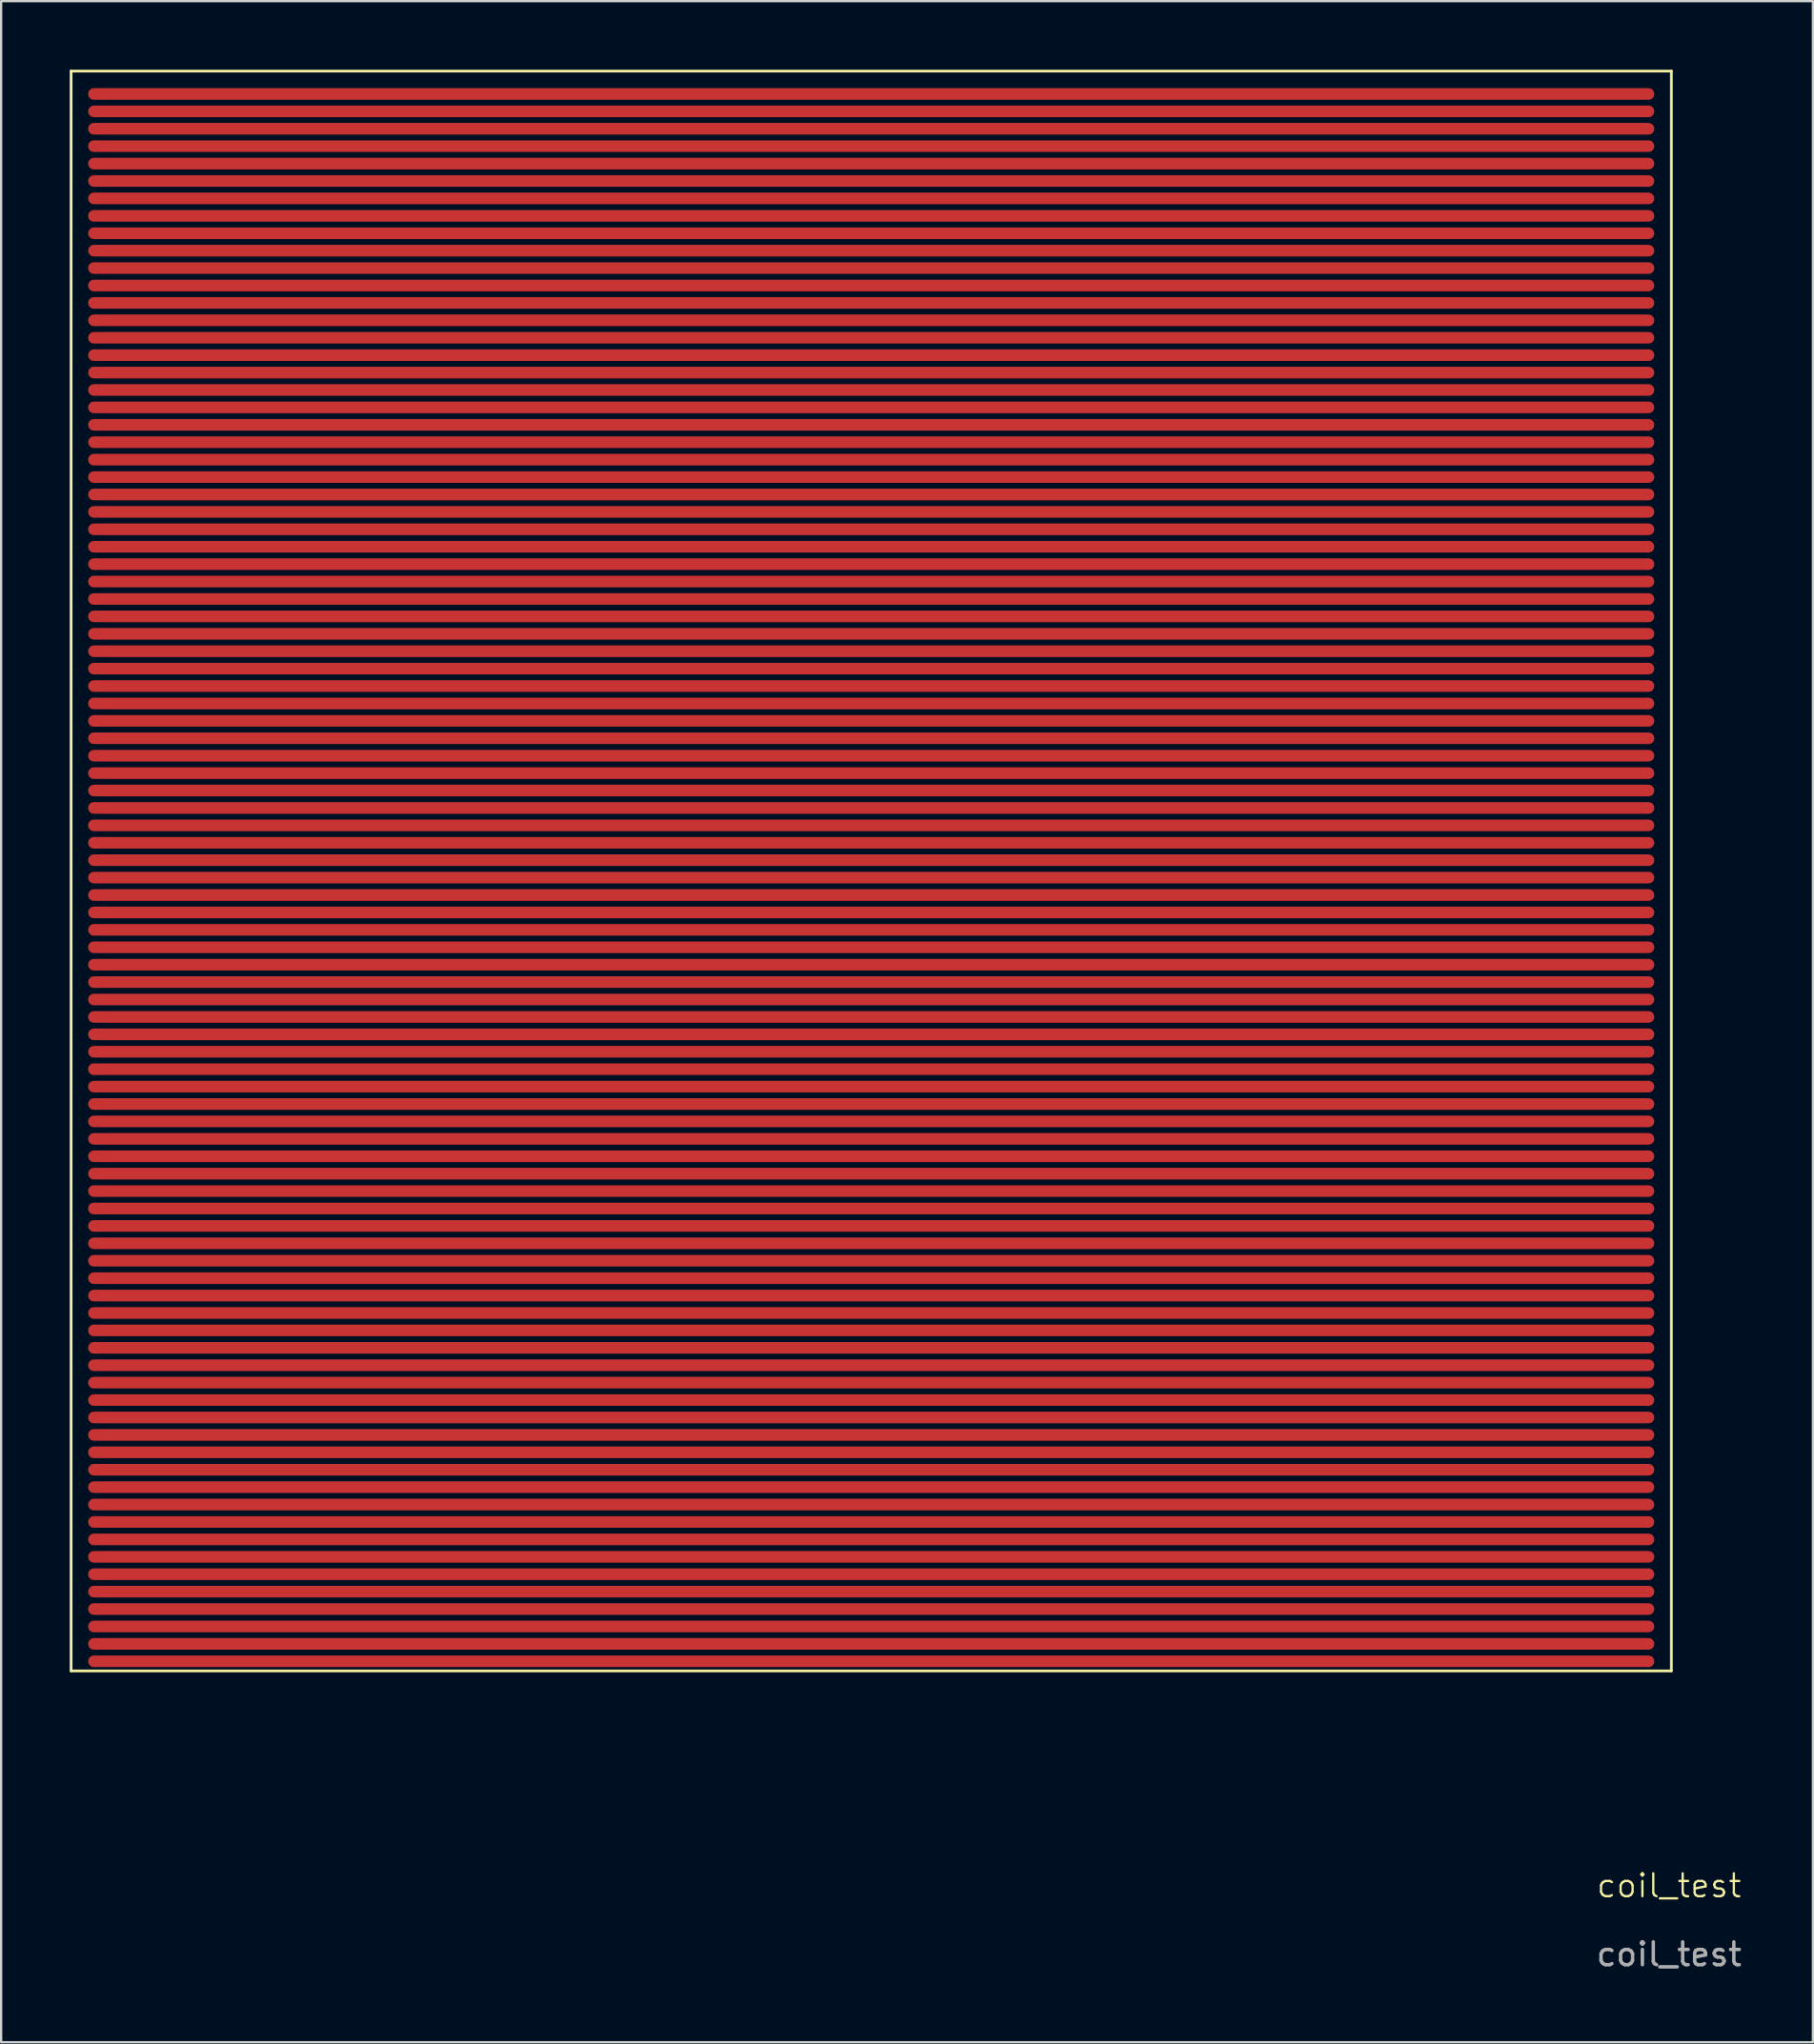
<source format=kicad_pcb>
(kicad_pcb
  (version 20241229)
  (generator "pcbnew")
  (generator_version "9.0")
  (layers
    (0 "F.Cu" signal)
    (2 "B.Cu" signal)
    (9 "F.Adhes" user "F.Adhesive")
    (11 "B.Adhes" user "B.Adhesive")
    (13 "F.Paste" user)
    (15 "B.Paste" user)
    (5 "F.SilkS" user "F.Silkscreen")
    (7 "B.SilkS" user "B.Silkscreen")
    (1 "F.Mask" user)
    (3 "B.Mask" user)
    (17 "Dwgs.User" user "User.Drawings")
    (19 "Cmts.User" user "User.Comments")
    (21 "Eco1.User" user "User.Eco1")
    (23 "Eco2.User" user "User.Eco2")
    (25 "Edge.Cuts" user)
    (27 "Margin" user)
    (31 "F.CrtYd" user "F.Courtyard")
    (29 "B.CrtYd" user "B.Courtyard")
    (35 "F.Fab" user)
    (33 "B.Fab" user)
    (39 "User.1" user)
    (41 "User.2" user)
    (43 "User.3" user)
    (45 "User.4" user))
  (footprint "coil_test"
    (layer "F.Cu")
    (at 69.96 79.96)
    (property "Reference" "coil_test" (at 0 -0.5 0) (unlocked yes) (layer "F.SilkS") (effects (font (size 1 1) (thickness 0.1))))
    (fp_line (start -68.9 -78.9) (end -0.9 -78.9) (stroke (width 0.508) (type solid)) (layer "F.Cu"))
    (fp_line (start -68.9 -78.138) (end -0.9 -78.138) (stroke (width 0.508) (type solid)) (layer "F.Cu"))
    (fp_line (start -68.9 -77.376) (end -0.9 -77.376) (stroke (width 0.508) (type solid)) (layer "F.Cu"))
    (fp_line (start -68.9 -76.614) (end -0.9 -76.614) (stroke (width 0.508) (type solid)) (layer "F.Cu"))
    (fp_line (start -68.9 -75.852) (end -0.9 -75.852) (stroke (width 0.508) (type solid)) (layer "F.Cu"))
    (fp_line (start -68.9 -75.09) (end -0.9 -75.09) (stroke (width 0.508) (type solid)) (layer "F.Cu"))
    (fp_line (start -68.9 -74.328) (end -0.9 -74.328) (stroke (width 0.508) (type solid)) (layer "F.Cu"))
    (fp_line (start -68.9 -73.566) (end -0.9 -73.566) (stroke (width 0.508) (type solid)) (layer "F.Cu"))
    (fp_line (start -68.9 -72.804) (end -0.9 -72.804) (stroke (width 0.508) (type solid)) (layer "F.Cu"))
    (fp_line (start -68.9 -72.042) (end -0.9 -72.042) (stroke (width 0.508) (type solid)) (layer "F.Cu"))
    (fp_line (start -68.9 -71.28) (end -0.9 -71.28) (stroke (width 0.508) (type solid)) (layer "F.Cu"))
    (fp_line (start -68.9 -70.518) (end -0.9 -70.518) (stroke (width 0.508) (type solid)) (layer "F.Cu"))
    (fp_line (start -68.9 -69.756) (end -0.9 -69.756) (stroke (width 0.508) (type solid)) (layer "F.Cu"))
    (fp_line (start -68.9 -68.994) (end -0.9 -68.994) (stroke (width 0.508) (type solid)) (layer "F.Cu"))
    (fp_line (start -68.9 -68.232) (end -0.9 -68.232) (stroke (width 0.508) (type solid)) (layer "F.Cu"))
    (fp_line (start -68.9 -67.47) (end -0.9 -67.47) (stroke (width 0.508) (type solid)) (layer "F.Cu"))
    (fp_line (start -68.9 -66.708) (end -0.9 -66.708) (stroke (width 0.508) (type solid)) (layer "F.Cu"))
    (fp_line (start -68.9 -65.946) (end -0.9 -65.946) (stroke (width 0.508) (type solid)) (layer "F.Cu"))
    (fp_line (start -68.9 -65.184) (end -0.9 -65.184) (stroke (width 0.508) (type solid)) (layer "F.Cu"))
    (fp_line (start -68.9 -64.422) (end -0.9 -64.422) (stroke (width 0.508) (type solid)) (layer "F.Cu"))
    (fp_line (start -68.9 -63.66) (end -0.9 -63.66) (stroke (width 0.508) (type solid)) (layer "F.Cu"))
    (fp_line (start -68.9 -62.898) (end -0.9 -62.898) (stroke (width 0.508) (type solid)) (layer "F.Cu"))
    (fp_line (start -68.9 -62.136) (end -0.9 -62.136) (stroke (width 0.508) (type solid)) (layer "F.Cu"))
    (fp_line (start -68.9 -61.374) (end -0.9 -61.374) (stroke (width 0.508) (type solid)) (layer "F.Cu"))
    (fp_line (start -68.9 -60.612) (end -0.9 -60.612) (stroke (width 0.508) (type solid)) (layer "F.Cu"))
    (fp_line (start -68.9 -59.85) (end -0.9 -59.85) (stroke (width 0.508) (type solid)) (layer "F.Cu"))
    (fp_line (start -68.9 -59.088) (end -0.9 -59.088) (stroke (width 0.508) (type solid)) (layer "F.Cu"))
    (fp_line (start -68.9 -58.326) (end -0.9 -58.326) (stroke (width 0.508) (type solid)) (layer "F.Cu"))
    (fp_line (start -68.9 -57.564) (end -0.9 -57.564) (stroke (width 0.508) (type solid)) (layer "F.Cu"))
    (fp_line (start -68.9 -56.802) (end -0.9 -56.802) (stroke (width 0.508) (type solid)) (layer "F.Cu"))
    (fp_line (start -68.9 -56.04) (end -0.9 -56.04) (stroke (width 0.508) (type solid)) (layer "F.Cu"))
    (fp_line (start -68.9 -55.278) (end -0.9 -55.278) (stroke (width 0.508) (type solid)) (layer "F.Cu"))
    (fp_line (start -68.9 -54.516) (end -0.9 -54.516) (stroke (width 0.508) (type solid)) (layer "F.Cu"))
    (fp_line (start -68.9 -53.754) (end -0.9 -53.754) (stroke (width 0.508) (type solid)) (layer "F.Cu"))
    (fp_line (start -68.9 -52.992) (end -0.9 -52.992) (stroke (width 0.508) (type solid)) (layer "F.Cu"))
    (fp_line (start -68.9 -52.23) (end -0.9 -52.23) (stroke (width 0.508) (type solid)) (layer "F.Cu"))
    (fp_line (start -68.9 -51.468) (end -0.9 -51.468) (stroke (width 0.508) (type solid)) (layer "F.Cu"))
    (fp_line (start -68.9 -50.706) (end -0.9 -50.706) (stroke (width 0.508) (type solid)) (layer "F.Cu"))
    (fp_line (start -68.9 -49.944) (end -0.9 -49.944) (stroke (width 0.508) (type solid)) (layer "F.Cu"))
    (fp_line (start -68.9 -49.182) (end -0.9 -49.182) (stroke (width 0.508) (type solid)) (layer "F.Cu"))
    (fp_line (start -68.9 -48.42) (end -0.9 -48.42) (stroke (width 0.508) (type solid)) (layer "F.Cu"))
    (fp_line (start -68.9 -47.658) (end -0.9 -47.658) (stroke (width 0.508) (type solid)) (layer "F.Cu"))
    (fp_line (start -68.9 -46.896) (end -0.9 -46.896) (stroke (width 0.508) (type solid)) (layer "F.Cu"))
    (fp_line (start -68.9 -46.134) (end -0.9 -46.134) (stroke (width 0.508) (type solid)) (layer "F.Cu"))
    (fp_line (start -68.9 -45.372) (end -0.9 -45.372) (stroke (width 0.508) (type solid)) (layer "F.Cu"))
    (fp_line (start -68.9 -44.61) (end -0.9 -44.61) (stroke (width 0.508) (type solid)) (layer "F.Cu"))
    (fp_line (start -68.9 -43.848) (end -0.9 -43.848) (stroke (width 0.508) (type solid)) (layer "F.Cu"))
    (fp_line (start -68.9 -43.086) (end -0.9 -43.086) (stroke (width 0.508) (type solid)) (layer "F.Cu"))
    (fp_line (start -68.9 -42.324) (end -0.9 -42.324) (stroke (width 0.508) (type solid)) (layer "F.Cu"))
    (fp_line (start -68.9 -41.562) (end -0.9 -41.562) (stroke (width 0.508) (type solid)) (layer "F.Cu"))
    (fp_line (start -68.9 -40.8) (end -0.9 -40.8) (stroke (width 0.508) (type solid)) (layer "F.Cu"))
    (fp_line (start -68.9 -40.038) (end -0.9 -40.038) (stroke (width 0.508) (type solid)) (layer "F.Cu"))
    (fp_line (start -68.9 -39.276) (end -0.9 -39.276) (stroke (width 0.508) (type solid)) (layer "F.Cu"))
    (fp_line (start -68.9 -38.514) (end -0.9 -38.514) (stroke (width 0.508) (type solid)) (layer "F.Cu"))
    (fp_line (start -68.9 -37.752) (end -0.9 -37.752) (stroke (width 0.508) (type solid)) (layer "F.Cu"))
    (fp_line (start -68.9 -36.99) (end -0.9 -36.99) (stroke (width 0.508) (type solid)) (layer "F.Cu"))
    (fp_line (start -68.9 -36.228) (end -0.9 -36.228) (stroke (width 0.508) (type solid)) (layer "F.Cu"))
    (fp_line (start -68.9 -35.466) (end -0.9 -35.466) (stroke (width 0.508) (type solid)) (layer "F.Cu"))
    (fp_line (start -68.9 -34.704) (end -0.9 -34.704) (stroke (width 0.508) (type solid)) (layer "F.Cu"))
    (fp_line (start -68.9 -33.942) (end -0.9 -33.942) (stroke (width 0.508) (type solid)) (layer "F.Cu"))
    (fp_line (start -68.9 -33.18) (end -0.9 -33.18) (stroke (width 0.508) (type solid)) (layer "F.Cu"))
    (fp_line (start -68.9 -32.418) (end -0.9 -32.418) (stroke (width 0.508) (type solid)) (layer "F.Cu"))
    (fp_line (start -68.9 -31.656) (end -0.9 -31.656) (stroke (width 0.508) (type solid)) (layer "F.Cu"))
    (fp_line (start -68.9 -30.894) (end -0.9 -30.894) (stroke (width 0.508) (type solid)) (layer "F.Cu"))
    (fp_line (start -68.9 -30.132) (end -0.9 -30.132) (stroke (width 0.508) (type solid)) (layer "F.Cu"))
    (fp_line (start -68.9 -29.37) (end -0.9 -29.37) (stroke (width 0.508) (type solid)) (layer "F.Cu"))
    (fp_line (start -68.9 -28.608) (end -0.9 -28.608) (stroke (width 0.508) (type solid)) (layer "F.Cu"))
    (fp_line (start -68.9 -27.846) (end -0.9 -27.846) (stroke (width 0.508) (type solid)) (layer "F.Cu"))
    (fp_line (start -68.9 -27.084) (end -0.9 -27.084) (stroke (width 0.508) (type solid)) (layer "F.Cu"))
    (fp_line (start -68.9 -26.322) (end -0.9 -26.322) (stroke (width 0.508) (type solid)) (layer "F.Cu"))
    (fp_line (start -68.9 -25.56) (end -0.9 -25.56) (stroke (width 0.508) (type solid)) (layer "F.Cu"))
    (fp_line (start -68.9 -24.798) (end -0.9 -24.798) (stroke (width 0.508) (type solid)) (layer "F.Cu"))
    (fp_line (start -68.9 -24.036) (end -0.9 -24.036) (stroke (width 0.508) (type solid)) (layer "F.Cu"))
    (fp_line (start -68.9 -23.274) (end -0.9 -23.274) (stroke (width 0.508) (type solid)) (layer "F.Cu"))
    (fp_line (start -68.9 -22.512) (end -0.9 -22.512) (stroke (width 0.508) (type solid)) (layer "F.Cu"))
    (fp_line (start -68.9 -21.75) (end -0.9 -21.75) (stroke (width 0.508) (type solid)) (layer "F.Cu"))
    (fp_line (start -68.9 -20.988) (end -0.9 -20.988) (stroke (width 0.508) (type solid)) (layer "F.Cu"))
    (fp_line (start -68.9 -20.226) (end -0.9 -20.226) (stroke (width 0.508) (type solid)) (layer "F.Cu"))
    (fp_line (start -68.9 -19.464) (end -0.9 -19.464) (stroke (width 0.508) (type solid)) (layer "F.Cu"))
    (fp_line (start -68.9 -18.702) (end -0.9 -18.702) (stroke (width 0.508) (type solid)) (layer "F.Cu"))
    (fp_line (start -68.9 -17.94) (end -0.9 -17.94) (stroke (width 0.508) (type solid)) (layer "F.Cu"))
    (fp_line (start -68.9 -17.178) (end -0.9 -17.178) (stroke (width 0.508) (type solid)) (layer "F.Cu"))
    (fp_line (start -68.9 -16.416) (end -0.9 -16.416) (stroke (width 0.508) (type solid)) (layer "F.Cu"))
    (fp_line (start -68.9 -15.654) (end -0.9 -15.654) (stroke (width 0.508) (type solid)) (layer "F.Cu"))
    (fp_line (start -68.9 -14.892) (end -0.9 -14.892) (stroke (width 0.508) (type solid)) (layer "F.Cu"))
    (fp_line (start -68.9 -14.13) (end -0.9 -14.13) (stroke (width 0.508) (type solid)) (layer "F.Cu"))
    (fp_line (start -68.9 -13.368) (end -0.9 -13.368) (stroke (width 0.508) (type solid)) (layer "F.Cu"))
    (fp_line (start -68.9 -12.606) (end -0.9 -12.606) (stroke (width 0.508) (type solid)) (layer "F.Cu"))
    (fp_line (start -68.9 -11.844) (end -0.9 -11.844) (stroke (width 0.508) (type solid)) (layer "F.Cu"))
    (fp_line (start -68.9 -11.082) (end -0.9 -11.082) (stroke (width 0.508) (type solid)) (layer "F.Cu"))
    (fp_line (start -68.9 -10.32) (end -0.9 -10.32) (stroke (width 0.508) (type solid)) (layer "F.Cu"))
    (fp_line (start -69.9 -79.9) (end -69.9 -9.9) (stroke (width 0.12) (type solid)) (layer "F.SilkS"))
    (fp_line (start -69.9 -9.9) (end 0.1 -9.9) (stroke (width 0.12) (type solid)) (layer "F.SilkS"))
    (fp_line (start 0.1 -79.9) (end -69.9 -79.9) (stroke (width 0.12) (type solid)) (layer "F.SilkS"))
    (fp_line (start 0.1 -9.9) (end 0.1 -79.9) (stroke (width 0.12) (type solid)) (layer "F.SilkS"))
    (fp_text user "${REFERENCE}" (at 0 2.5 0) (unlocked yes) (layer "F.Fab") (effects (font (size 1 1) (thickness 0.15)))))
  (gr_rect
    (start -3 -3)
    (end 76.252 86.308)
    (stroke (width 0.1) (type default))
    (fill no)
    (layer "Edge.Cuts")))
</source>
